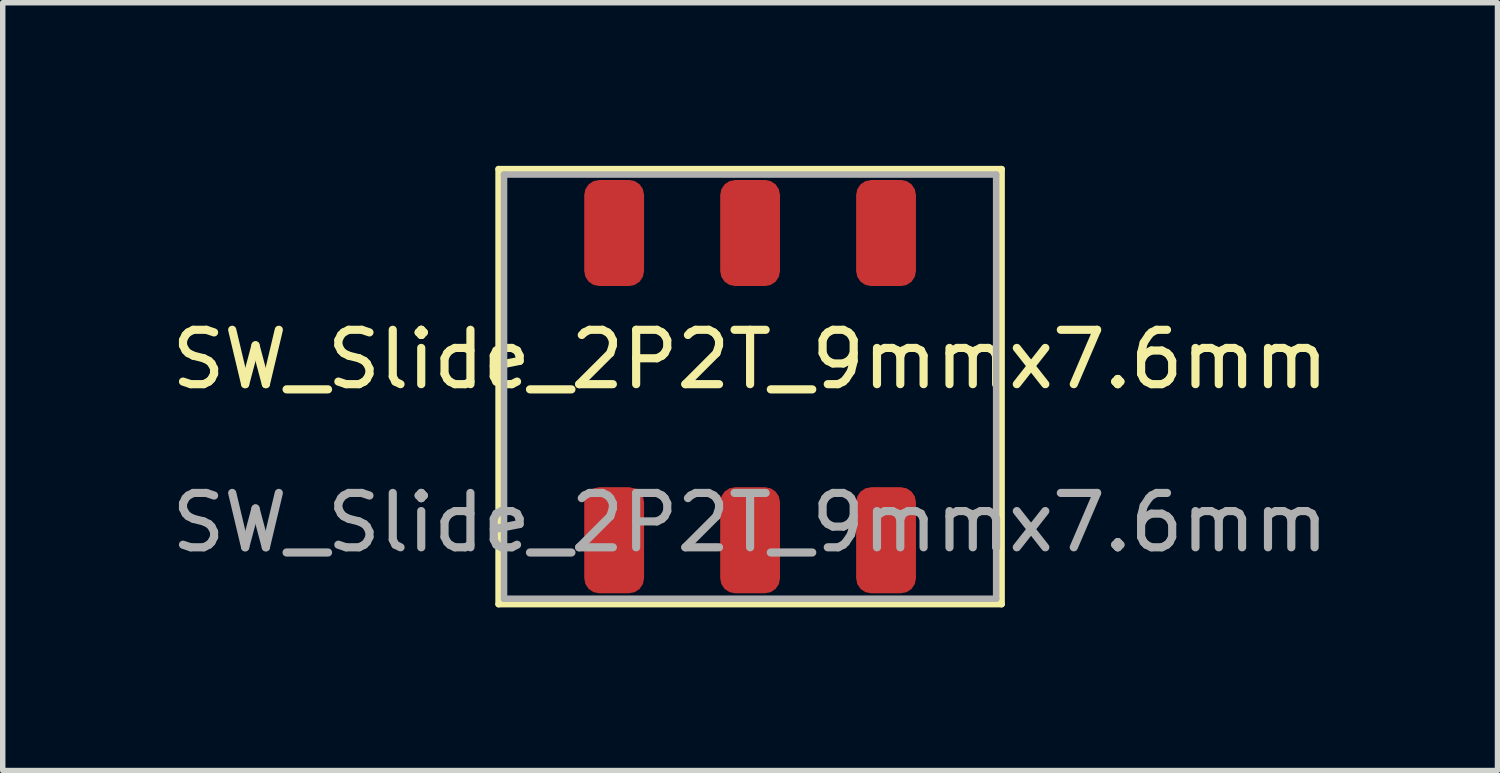
<source format=kicad_pcb>
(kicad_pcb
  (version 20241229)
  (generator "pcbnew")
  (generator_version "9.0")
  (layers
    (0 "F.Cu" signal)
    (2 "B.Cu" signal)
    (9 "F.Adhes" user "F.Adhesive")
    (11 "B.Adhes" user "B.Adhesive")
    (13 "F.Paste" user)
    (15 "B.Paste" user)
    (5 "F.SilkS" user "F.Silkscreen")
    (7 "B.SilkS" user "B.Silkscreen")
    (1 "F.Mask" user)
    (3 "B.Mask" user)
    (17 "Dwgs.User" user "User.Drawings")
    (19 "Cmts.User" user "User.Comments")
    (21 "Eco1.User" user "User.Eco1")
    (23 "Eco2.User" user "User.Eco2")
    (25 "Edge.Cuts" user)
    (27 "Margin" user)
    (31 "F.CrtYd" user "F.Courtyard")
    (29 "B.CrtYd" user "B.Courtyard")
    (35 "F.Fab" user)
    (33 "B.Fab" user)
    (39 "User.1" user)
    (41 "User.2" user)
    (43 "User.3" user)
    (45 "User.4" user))
  (footprint "SW_Slide_2P2T_9mmx7.6mm"
    (layer "F.Cu")
    (at 10.744 4.06)
    (property "Reference" "SW_Slide_2P2T_9mmx7.6mm" (at 0 -0.5 0) (unlocked yes) (layer "F.SilkS") (effects (font (size 1 1) (thickness 0.15))))
    (attr smd)
    (fp_line (start -4.625 -4) (end -4.625 4) (stroke (width 0.12) (type solid)) (layer "F.SilkS"))
    (fp_line (start -4.625 -4) (end 4.625 -4) (stroke (width 0.12) (type solid)) (layer "F.SilkS"))
    (fp_line (start -4.625 4) (end 4.625 4) (stroke (width 0.12) (type solid)) (layer "F.SilkS"))
    (fp_line (start 4.625 -4) (end 4.625 4) (stroke (width 0.12) (type solid)) (layer "F.SilkS"))
    (fp_line (start -4.525 -3.9) (end -4.525 3.9) (stroke (width 0.12) (type solid)) (layer "F.Fab"))
    (fp_line (start -4.525 -3.9) (end 4.525 -3.9) (stroke (width 0.12) (type solid)) (layer "F.Fab"))
    (fp_line (start -4.525 3.9) (end 4.525 3.9) (stroke (width 0.12) (type solid)) (layer "F.Fab"))
    (fp_line (start 4.525 -3.9) (end 4.525 3.9) (stroke (width 0.12) (type solid)) (layer "F.Fab"))
    (fp_text user "${REFERENCE}" (at 0 2.5 0) (unlocked yes) (layer "F.Fab") (effects (font (size 1 1) (thickness 0.15))))
    (pad "1" smd roundrect (at -2.5 2.825 270) (size 1.95 1.1) (layers "F.Cu" "F.Mask" "F.Paste") (roundrect_rratio 0.25))
    (pad "2" smd roundrect (at 0 2.825 270) (size 1.95 1.1) (layers "F.Cu" "F.Mask" "F.Paste") (roundrect_rratio 0.25))
    (pad "3" smd roundrect (at 2.5 2.825 270) (size 1.95 1.1) (layers "F.Cu" "F.Mask" "F.Paste") (roundrect_rratio 0.25))
    (pad "4" smd roundrect (at -2.5 -2.825 270) (size 1.95 1.1) (layers "F.Cu" "F.Mask" "F.Paste") (roundrect_rratio 0.25))
    (pad "5" smd roundrect (at 0 -2.825 270) (size 1.95 1.1) (layers "F.Cu" "F.Mask" "F.Paste") (roundrect_rratio 0.25))
    (pad "6" smd roundrect (at 2.5 -2.825 270) (size 1.95 1.1) (layers "F.Cu" "F.Mask" "F.Paste") (roundrect_rratio 0.25)))
  (gr_rect
    (start -3 -3)
    (end 24.488 11.12)
    (stroke (width 0.1) (type default))
    (fill no)
    (layer "Edge.Cuts")))
</source>
